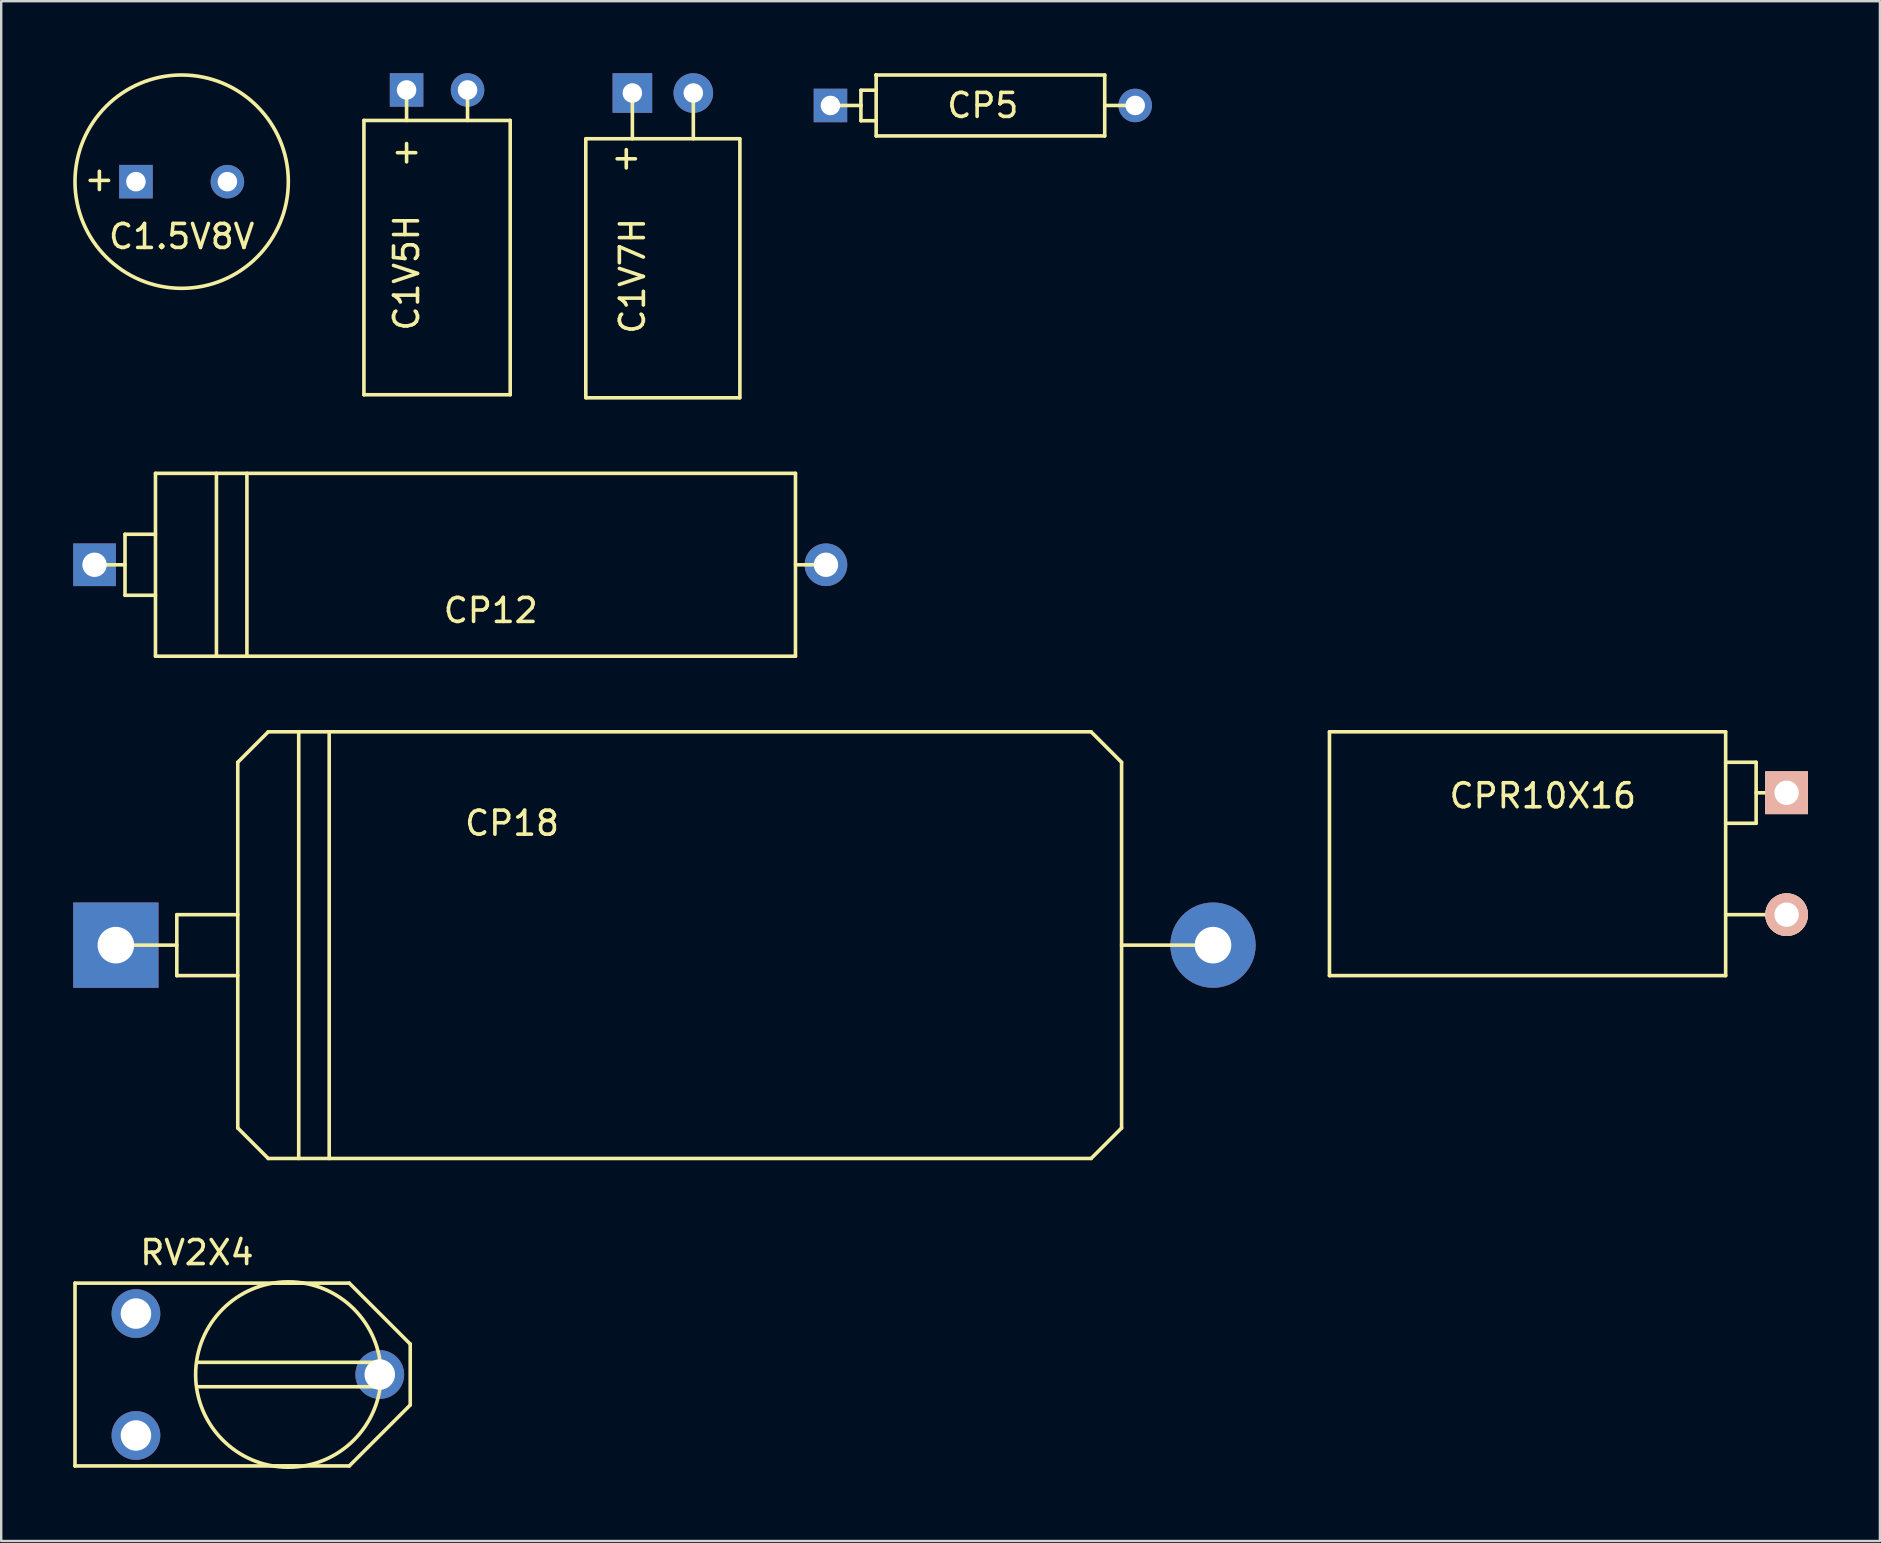
<source format=kicad_pcb>
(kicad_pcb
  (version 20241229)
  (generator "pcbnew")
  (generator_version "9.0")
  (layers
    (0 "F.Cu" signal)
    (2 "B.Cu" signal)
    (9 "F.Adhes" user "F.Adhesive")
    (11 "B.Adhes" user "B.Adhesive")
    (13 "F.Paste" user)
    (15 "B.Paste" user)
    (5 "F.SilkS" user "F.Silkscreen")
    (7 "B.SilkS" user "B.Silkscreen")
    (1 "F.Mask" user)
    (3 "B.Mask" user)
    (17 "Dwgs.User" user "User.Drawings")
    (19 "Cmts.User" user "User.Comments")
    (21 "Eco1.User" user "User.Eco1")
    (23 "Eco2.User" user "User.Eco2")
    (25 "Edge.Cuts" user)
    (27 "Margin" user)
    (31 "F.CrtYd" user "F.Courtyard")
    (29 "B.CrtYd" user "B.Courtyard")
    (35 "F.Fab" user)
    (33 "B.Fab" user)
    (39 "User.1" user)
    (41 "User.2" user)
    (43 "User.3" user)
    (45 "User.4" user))
  (footprint "CP5"
    (layer "F.Cu")
    (at 37.906 1.345)
    (property "Reference" "CP5" (at 0 0 0) (layer "F.SilkS") (effects (font (size 1 1) (thickness 0.15))))
    (attr through_hole)
    (fp_line (start -6.35 0) (end -6.35 0) (stroke (width 0.15) (type solid)) (layer "F.SilkS"))
    (fp_line (start -6.35 0) (end -5.08 0) (stroke (width 0.15) (type solid)) (layer "F.SilkS"))
    (fp_line (start -5.08 -0.635) (end -5.08 0.635) (stroke (width 0.15) (type solid)) (layer "F.SilkS"))
    (fp_line (start -5.08 0) (end -5.08 0) (stroke (width 0.15) (type solid)) (layer "F.SilkS"))
    (fp_line (start -5.08 0) (end -5.08 0) (stroke (width 0.15) (type solid)) (layer "F.SilkS"))
    (fp_line (start -5.08 0.635) (end -4.445 0.635) (stroke (width 0.15) (type solid)) (layer "F.SilkS"))
    (fp_line (start -4.445 -1.27) (end -4.445 -1.27) (stroke (width 0.15) (type solid)) (layer "F.SilkS"))
    (fp_line (start -4.445 -1.27) (end -4.445 -1.27) (stroke (width 0.15) (type solid)) (layer "F.SilkS"))
    (fp_line (start -4.445 -1.27) (end -4.445 -1.27) (stroke (width 0.15) (type solid)) (layer "F.SilkS"))
    (fp_line (start -4.445 -1.27) (end 5.08 -1.27) (stroke (width 0.15) (type solid)) (layer "F.SilkS"))
    (fp_line (start -4.445 -0.635) (end -5.08 -0.635) (stroke (width 0.15) (type solid)) (layer "F.SilkS"))
    (fp_line (start -4.445 -0.635) (end -4.445 -0.635) (stroke (width 0.15) (type solid)) (layer "F.SilkS"))
    (fp_line (start -4.445 1.27) (end -4.445 -1.27) (stroke (width 0.15) (type solid)) (layer "F.SilkS"))
    (fp_line (start 5.08 -1.27) (end 5.08 1.27) (stroke (width 0.15) (type solid)) (layer "F.SilkS"))
    (fp_line (start 5.08 0) (end 5.08 0) (stroke (width 0.15) (type solid)) (layer "F.SilkS"))
    (fp_line (start 5.08 0) (end 5.08 0) (stroke (width 0.15) (type solid)) (layer "F.SilkS"))
    (fp_line (start 5.08 0) (end 6.35 0) (stroke (width 0.15) (type solid)) (layer "F.SilkS"))
    (fp_line (start 5.08 1.27) (end -4.445 1.27) (stroke (width 0.15) (type solid)) (layer "F.SilkS"))
    (fp_line (start 6.35 0) (end 6.35 0) (stroke (width 0.15) (type solid)) (layer "F.SilkS"))
    (fp_line (start 6.35 0) (end 6.35 0) (stroke (width 0.15) (type solid)) (layer "F.SilkS"))
    (fp_line (start 6.35 0) (end 6.35 0) (stroke (width 0.15) (type solid)) (layer "F.SilkS"))
    (pad "1" thru_hole rect (at -6.35 0) (size 1.397 1.397) (drill 0.813) (layers "*.Cu" "*.Mask"))
    (pad "2" thru_hole circle (at 6.35 0) (size 1.397 1.397) (drill 0.813) (layers "*.Cu" "*.Mask")))
  (footprint "C1.5V8V"
    (layer "F.Cu")
    (at 4.52 4.52)
    (property "Reference" "C1.5V8V" (at 0 2.286 0) (layer "F.SilkS") (effects (font (size 1 1) (thickness 0.15))))
    (attr through_hole)
    (fp_circle (center 0 0) (end 0 4.445) (stroke (width 0.15) (type solid)) (fill no) (layer "F.SilkS"))
    (fp_text user "+" (at -3.429 -0.127 0) (layer "F.SilkS") (effects (font (size 1 1) (thickness 0.15))))
    (pad "1" thru_hole rect (at -1.905 0) (size 1.397 1.397) (drill 0.813) (layers "*.Cu" "*.Mask"))
    (pad "2" thru_hole circle (at 1.905 0) (size 1.397 1.397) (drill 0.813) (layers "*.Cu" "*.Mask")))
  (footprint "CP12"
    (layer "F.Cu")
    (at 16.129 20.485)
    (property "Reference" "CP12" (at 1.27 1.905 0) (layer "F.SilkS") (effects (font (size 1 1) (thickness 0.15))))
    (attr through_hole)
    (fp_line (start -15.24 0) (end -13.97 0) (stroke (width 0.15) (type solid)) (layer "F.SilkS"))
    (fp_line (start -13.97 -1.27) (end -12.7 -1.27) (stroke (width 0.15) (type solid)) (layer "F.SilkS"))
    (fp_line (start -13.97 1.27) (end -13.97 -1.27) (stroke (width 0.15) (type solid)) (layer "F.SilkS"))
    (fp_line (start -12.7 -3.81) (end -12.7 3.81) (stroke (width 0.15) (type solid)) (layer "F.SilkS"))
    (fp_line (start -12.7 -3.81) (end 13.97 -3.81) (stroke (width 0.15) (type solid)) (layer "F.SilkS"))
    (fp_line (start -12.7 1.27) (end -13.97 1.27) (stroke (width 0.15) (type solid)) (layer "F.SilkS"))
    (fp_line (start -10.16 -3.81) (end -10.16 3.81) (stroke (width 0.15) (type solid)) (layer "F.SilkS"))
    (fp_line (start -8.89 -3.81) (end -8.89 3.81) (stroke (width 0.15) (type solid)) (layer "F.SilkS"))
    (fp_line (start 13.97 -3.81) (end 13.97 3.81) (stroke (width 0.15) (type solid)) (layer "F.SilkS"))
    (fp_line (start 13.97 0) (end 15.24 0) (stroke (width 0.15) (type solid)) (layer "F.SilkS"))
    (fp_line (start 13.97 3.81) (end -12.7 3.81) (stroke (width 0.15) (type solid)) (layer "F.SilkS"))
    (pad "1" thru_hole rect (at -15.24 0) (size 1.778 1.778) (drill 1.016) (layers "*.Cu" "*.Mask"))
    (pad "2" thru_hole circle (at 15.24 0) (size 1.778 1.778) (drill 1.016) (layers "*.Cu" "*.Mask")))
  (footprint "C1V5H"
    (layer "F.Cu")
    (at 15.163 0.699)
    (property "Reference" "C1V5H" (at -1.27 7.62 90) (layer "F.SilkS") (effects (font (size 1 1) (thickness 0.15))))
    (attr through_hole)
    (fp_line (start -3.048 1.27) (end 3.048 1.27) (stroke (width 0.15) (type solid)) (layer "F.SilkS"))
    (fp_line (start -3.048 12.7) (end -3.048 1.27) (stroke (width 0.15) (type solid)) (layer "F.SilkS"))
    (fp_line (start -3.048 12.7) (end 3.048 12.7) (stroke (width 0.15) (type solid)) (layer "F.SilkS"))
    (fp_line (start -1.27 0) (end -1.27 1.27) (stroke (width 0.15) (type solid)) (layer "F.SilkS"))
    (fp_line (start 1.27 0) (end 1.27 1.27) (stroke (width 0.15) (type solid)) (layer "F.SilkS"))
    (fp_line (start 3.048 1.27) (end 3.048 12.7) (stroke (width 0.15) (type solid)) (layer "F.SilkS"))
    (fp_text user "+" (at -1.27 2.54 0) (layer "F.SilkS") (effects (font (size 1 1) (thickness 0.15))))
    (pad "1" thru_hole rect (at -1.27 0) (size 1.397 1.397) (drill 0.813) (layers "*.Cu" "*.Mask"))
    (pad "2" thru_hole circle (at 1.27 0) (size 1.397 1.397) (drill 0.813) (layers "*.Cu" "*.Mask")))
  (footprint "CP18"
    (layer "F.Cu")
    (at 24.638 36.336)
    (property "Reference" "CP18" (at -6.35 -5.08 0) (layer "F.SilkS") (effects (font (size 1 1) (thickness 0.15))))
    (attr through_hole)
    (fp_line (start -20.32 -1.27) (end -20.32 1.27) (stroke (width 0.15) (type solid)) (layer "F.SilkS"))
    (fp_line (start -20.32 0) (end -22.86 0) (stroke (width 0.15) (type solid)) (layer "F.SilkS"))
    (fp_line (start -20.32 1.27) (end -17.78 1.27) (stroke (width 0.15) (type solid)) (layer "F.SilkS"))
    (fp_line (start -17.78 -7.62) (end -17.78 7.62) (stroke (width 0.15) (type solid)) (layer "F.SilkS"))
    (fp_line (start -17.78 -7.62) (end -16.51 -8.89) (stroke (width 0.15) (type solid)) (layer "F.SilkS"))
    (fp_line (start -17.78 -1.27) (end -20.32 -1.27) (stroke (width 0.15) (type solid)) (layer "F.SilkS"))
    (fp_line (start -16.51 -8.89) (end 17.78 -8.89) (stroke (width 0.15) (type solid)) (layer "F.SilkS"))
    (fp_line (start -16.51 8.89) (end -17.78 7.62) (stroke (width 0.15) (type solid)) (layer "F.SilkS"))
    (fp_line (start -15.24 -8.89) (end -15.24 8.89) (stroke (width 0.15) (type solid)) (layer "F.SilkS"))
    (fp_line (start -13.97 -8.89) (end -13.97 8.89) (stroke (width 0.15) (type solid)) (layer "F.SilkS"))
    (fp_line (start 17.78 -8.89) (end 19.05 -7.62) (stroke (width 0.15) (type solid)) (layer "F.SilkS"))
    (fp_line (start 17.78 8.89) (end -16.51 8.89) (stroke (width 0.15) (type solid)) (layer "F.SilkS"))
    (fp_line (start 19.05 -7.62) (end 19.05 7.62) (stroke (width 0.15) (type solid)) (layer "F.SilkS"))
    (fp_line (start 19.05 0) (end 22.86 0) (stroke (width 0.15) (type solid)) (layer "F.SilkS"))
    (fp_line (start 19.05 7.62) (end 17.78 8.89) (stroke (width 0.15) (type solid)) (layer "F.SilkS"))
    (pad "1" thru_hole rect (at -22.86 0) (size 3.556 3.556) (drill 1.524) (layers "*.Cu" "*.Mask"))
    (pad "2" thru_hole circle (at 22.86 0) (size 3.556 3.556) (drill 1.524) (layers "*.Cu" "*.Mask")))
  (footprint "RV2X4"
    (layer "F.Cu")
    (at 7.695 54.229)
    (property "Reference" "RV2X4" (at -2.54 -5.08 0) (layer "F.SilkS") (effects (font (size 1 1) (thickness 0.15))))
    (attr through_hole)
    (fp_line (start -7.62 -3.81) (end 3.81 -3.81) (stroke (width 0.15) (type solid)) (layer "F.SilkS"))
    (fp_line (start -7.62 3.81) (end -7.62 -3.81) (stroke (width 0.15) (type solid)) (layer "F.SilkS"))
    (fp_line (start -2.54 -0.508) (end 4.953 -0.508) (stroke (width 0.15) (type solid)) (layer "F.SilkS"))
    (fp_line (start -2.54 0.508) (end 4.953 0.508) (stroke (width 0.15) (type solid)) (layer "F.SilkS"))
    (fp_line (start 0.762 -3.81) (end 1.905 -3.81) (stroke (width 0.15) (type solid)) (layer "F.SilkS"))
    (fp_line (start 1.651 3.81) (end 0.762 3.81) (stroke (width 0.15) (type solid)) (layer "F.SilkS"))
    (fp_line (start 3.81 -3.81) (end 6.35 -1.27) (stroke (width 0.15) (type solid)) (layer "F.SilkS"))
    (fp_line (start 3.81 3.81) (end -7.62 3.81) (stroke (width 0.15) (type solid)) (layer "F.SilkS"))
    (fp_line (start 6.35 -1.27) (end 6.35 1.27) (stroke (width 0.15) (type solid)) (layer "F.SilkS"))
    (fp_line (start 6.35 1.27) (end 3.81 3.81) (stroke (width 0.15) (type solid)) (layer "F.SilkS"))
    (fp_circle (center 1.27 0) (end -2.54 -0.635) (stroke (width 0.15) (type solid)) (fill no) (layer "F.SilkS"))
    (pad "1" thru_hole circle (at -5.08 -2.54) (size 2.032 2.032) (drill 1.27) (layers "*.Cu" "*.Mask"))
    (pad "2" thru_hole circle (at 5.08 0) (size 2.032 2.032) (drill 1.27) (layers "*.Cu" "*.Mask"))
    (pad "3" thru_hole circle (at -5.08 2.54) (size 2.032 2.032) (drill 1.27) (layers "*.Cu" "*.Mask")))
  (footprint "C1V7H"
    (layer "F.Cu")
    (at 24.572 0.826)
    (property "Reference" "C1V7H" (at -1.267 7.62 90) (layer "F.SilkS") (effects (font (size 1 1) (thickness 0.15))))
    (attr through_hole)
    (fp_line (start -3.211 1.905) (end -3.211 12.7) (stroke (width 0.15) (type solid)) (layer "F.SilkS"))
    (fp_line (start -3.2 12.7) (end 3.2 12.7) (stroke (width 0.15) (type solid)) (layer "F.SilkS"))
    (fp_line (start -1.27 0) (end -1.27 1.905) (stroke (width 0.15) (type solid)) (layer "F.SilkS"))
    (fp_line (start 1.27 0) (end 1.27 1.905) (stroke (width 0.15) (type solid)) (layer "F.SilkS"))
    (fp_line (start 3.2 1.905) (end -3.2 1.905) (stroke (width 0.15) (type solid)) (layer "F.SilkS"))
    (fp_line (start 3.211 12.7) (end 3.211 1.905) (stroke (width 0.15) (type solid)) (layer "F.SilkS"))
    (fp_text user "+" (at -1.524 2.667 0) (layer "F.SilkS") (effects (font (size 1 1) (thickness 0.15))))
    (pad "1" thru_hole rect (at -1.27 0) (size 1.651 1.651) (drill 0.813) (layers "*.Cu" "*.Mask"))
    (pad "2" thru_hole circle (at 1.27 0) (size 1.651 1.651) (drill 0.813) (layers "*.Cu" "*.Mask")))
  (footprint "CPR10X16"
    (layer "F.Cu")
    (at 71.401 32.653)
    (property "Reference" "CPR10X16" (at -10.16 -2.54 0) (layer "F.SilkS") (effects (font (size 1 1) (thickness 0.15))))
    (attr through_hole)
    (fp_line (start -19.05 -5.207) (end -19.05 4.953) (stroke (width 0.15) (type solid)) (layer "F.SilkS"))
    (fp_line (start -19.05 4.953) (end -2.54 4.953) (stroke (width 0.15) (type solid)) (layer "F.SilkS"))
    (fp_line (start -2.54 -5.207) (end -19.05 -5.207) (stroke (width 0.15) (type solid)) (layer "F.SilkS"))
    (fp_line (start -2.54 -3.937) (end -1.27 -3.937) (stroke (width 0.15) (type solid)) (layer "F.SilkS"))
    (fp_line (start -2.54 2.413) (end 0 2.413) (stroke (width 0.15) (type solid)) (layer "F.SilkS"))
    (fp_line (start -2.54 4.953) (end -2.54 -5.207) (stroke (width 0.15) (type solid)) (layer "F.SilkS"))
    (fp_line (start -1.27 -3.937) (end -1.27 -1.397) (stroke (width 0.15) (type solid)) (layer "F.SilkS"))
    (fp_line (start -1.27 -2.667) (end 0 -2.667) (stroke (width 0.15) (type solid)) (layer "F.SilkS"))
    (fp_line (start -1.27 -1.397) (end -2.54 -1.397) (stroke (width 0.15) (type solid)) (layer "F.SilkS"))
    (pad "1" thru_hole rect (at 0 -2.667) (size 1.778 1.778) (drill 1.016) (layers "*.Cu" "*.SilkS" "*.Mask"))
    (pad "2" thru_hole circle (at 0 2.413) (size 1.778 1.778) (drill 1.016) (layers "*.Cu" "*.SilkS" "*.Mask")))
  (gr_rect
    (start -3 -3)
    (end 75.29 61.166)
    (stroke (width 0.1) (type default))
    (fill no)
    (layer "Edge.Cuts")))
</source>
